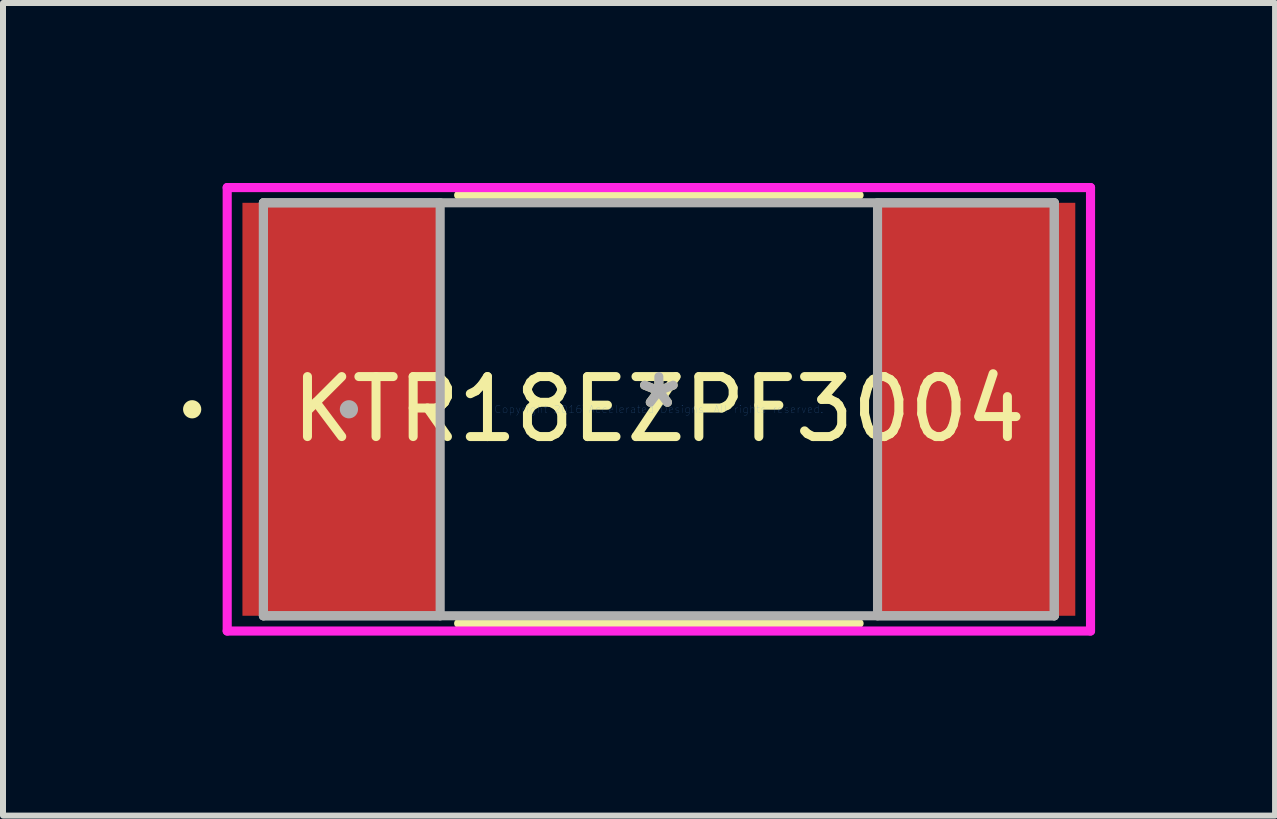
<source format=kicad_pcb>
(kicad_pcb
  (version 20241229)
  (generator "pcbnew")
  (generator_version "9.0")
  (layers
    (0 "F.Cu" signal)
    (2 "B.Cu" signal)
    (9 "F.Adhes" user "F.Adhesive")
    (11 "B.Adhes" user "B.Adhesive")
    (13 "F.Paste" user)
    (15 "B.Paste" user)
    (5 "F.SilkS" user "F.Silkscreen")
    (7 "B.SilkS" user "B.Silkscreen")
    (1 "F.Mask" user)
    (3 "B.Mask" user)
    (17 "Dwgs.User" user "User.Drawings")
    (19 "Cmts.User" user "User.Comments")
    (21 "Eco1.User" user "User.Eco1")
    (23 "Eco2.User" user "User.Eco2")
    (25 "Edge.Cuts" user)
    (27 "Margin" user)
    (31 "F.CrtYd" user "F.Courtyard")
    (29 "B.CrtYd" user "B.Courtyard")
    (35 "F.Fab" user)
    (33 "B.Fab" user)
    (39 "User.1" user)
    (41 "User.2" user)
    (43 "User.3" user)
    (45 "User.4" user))
  (footprint "KTR18EZPF3004"
    (layer "F.Cu")
    (at 7.932 3.772)
    (property "Reference" "KTR18EZPF3004" (at 0 0 0) (layer "F.SilkS") (effects (font (size 1 1) (thickness 0.15))))
    (attr through_hole)
    (fp_line (start -3.337 3.569) (end 3.337 3.569) (stroke (width 0.152) (type solid)) (layer "F.SilkS"))
    (fp_line (start 3.337 -3.569) (end -3.337 -3.569) (stroke (width 0.152) (type solid)) (layer "F.SilkS"))
    (fp_circle (center -7.779 0) (end -7.703 0) (stroke (width 0.152) (type solid)) (fill no) (layer "F.SilkS"))
    (fp_line (start -7.195 -3.696) (end 7.195 -3.696) (stroke (width 0.152) (type solid)) (layer "F.CrtYd"))
    (fp_line (start -7.195 3.696) (end -7.195 -3.696) (stroke (width 0.152) (type solid)) (layer "F.CrtYd"))
    (fp_line (start 7.195 -3.696) (end 7.195 3.696) (stroke (width 0.152) (type solid)) (layer "F.CrtYd"))
    (fp_line (start 7.195 3.696) (end -7.195 3.696) (stroke (width 0.152) (type solid)) (layer "F.CrtYd"))
    (fp_line (start -6.591 -3.442) (end -6.591 3.442) (stroke (width 0.152) (type solid)) (layer "F.Fab"))
    (fp_line (start -6.591 -3.442) (end -6.591 3.442) (stroke (width 0.152) (type solid)) (layer "F.Fab"))
    (fp_line (start -6.591 3.442) (end -3.645 3.442) (stroke (width 0.152) (type solid)) (layer "F.Fab"))
    (fp_line (start -6.591 3.442) (end 6.591 3.442) (stroke (width 0.152) (type solid)) (layer "F.Fab"))
    (fp_line (start -3.645 -3.442) (end -6.591 -3.442) (stroke (width 0.152) (type solid)) (layer "F.Fab"))
    (fp_line (start -3.645 3.442) (end -3.645 -3.442) (stroke (width 0.152) (type solid)) (layer "F.Fab"))
    (fp_line (start 3.645 -3.442) (end 3.645 3.442) (stroke (width 0.152) (type solid)) (layer "F.Fab"))
    (fp_line (start 3.645 3.442) (end 6.591 3.442) (stroke (width 0.152) (type solid)) (layer "F.Fab"))
    (fp_line (start 6.591 -3.442) (end -6.591 -3.442) (stroke (width 0.152) (type solid)) (layer "F.Fab"))
    (fp_line (start 6.591 -3.442) (end 3.645 -3.442) (stroke (width 0.152) (type solid)) (layer "F.Fab"))
    (fp_line (start 6.591 3.442) (end 6.591 -3.442) (stroke (width 0.152) (type solid)) (layer "F.Fab"))
    (fp_line (start 6.591 3.442) (end 6.591 -3.442) (stroke (width 0.152) (type solid)) (layer "F.Fab"))
    (fp_circle (center -5.166 0) (end -5.09 0) (stroke (width 0.152) (type solid)) (fill no) (layer "F.Fab"))
    (fp_text user "*" (at 0 0 0) (layer "F.SilkS") (effects (font (size 1 1) (thickness 0.15))))
    (fp_text user "Copyright 2016 Accelerated Designs. All rights reserved." (at 0 0 0) (layer "Cmts.User") (effects (font (size 0.127 0.127) (thickness 0.002))))
    (fp_text user "*" (at 0 0 0) (layer "F.Fab") (effects (font (size 1 1) (thickness 0.15))))
    (pad "1" smd rect (at -5.293 0) (size 3.296 6.883) (layers "F.Cu" "F.Mask" "F.Paste"))
    (pad "2" smd rect (at 5.293 0) (size 3.296 6.883) (layers "F.Cu" "F.Mask" "F.Paste")))
  (gr_rect
    (start -3 -3)
    (end 18.203 10.544)
    (stroke (width 0.1) (type default))
    (fill no)
    (layer "Edge.Cuts")))
</source>
